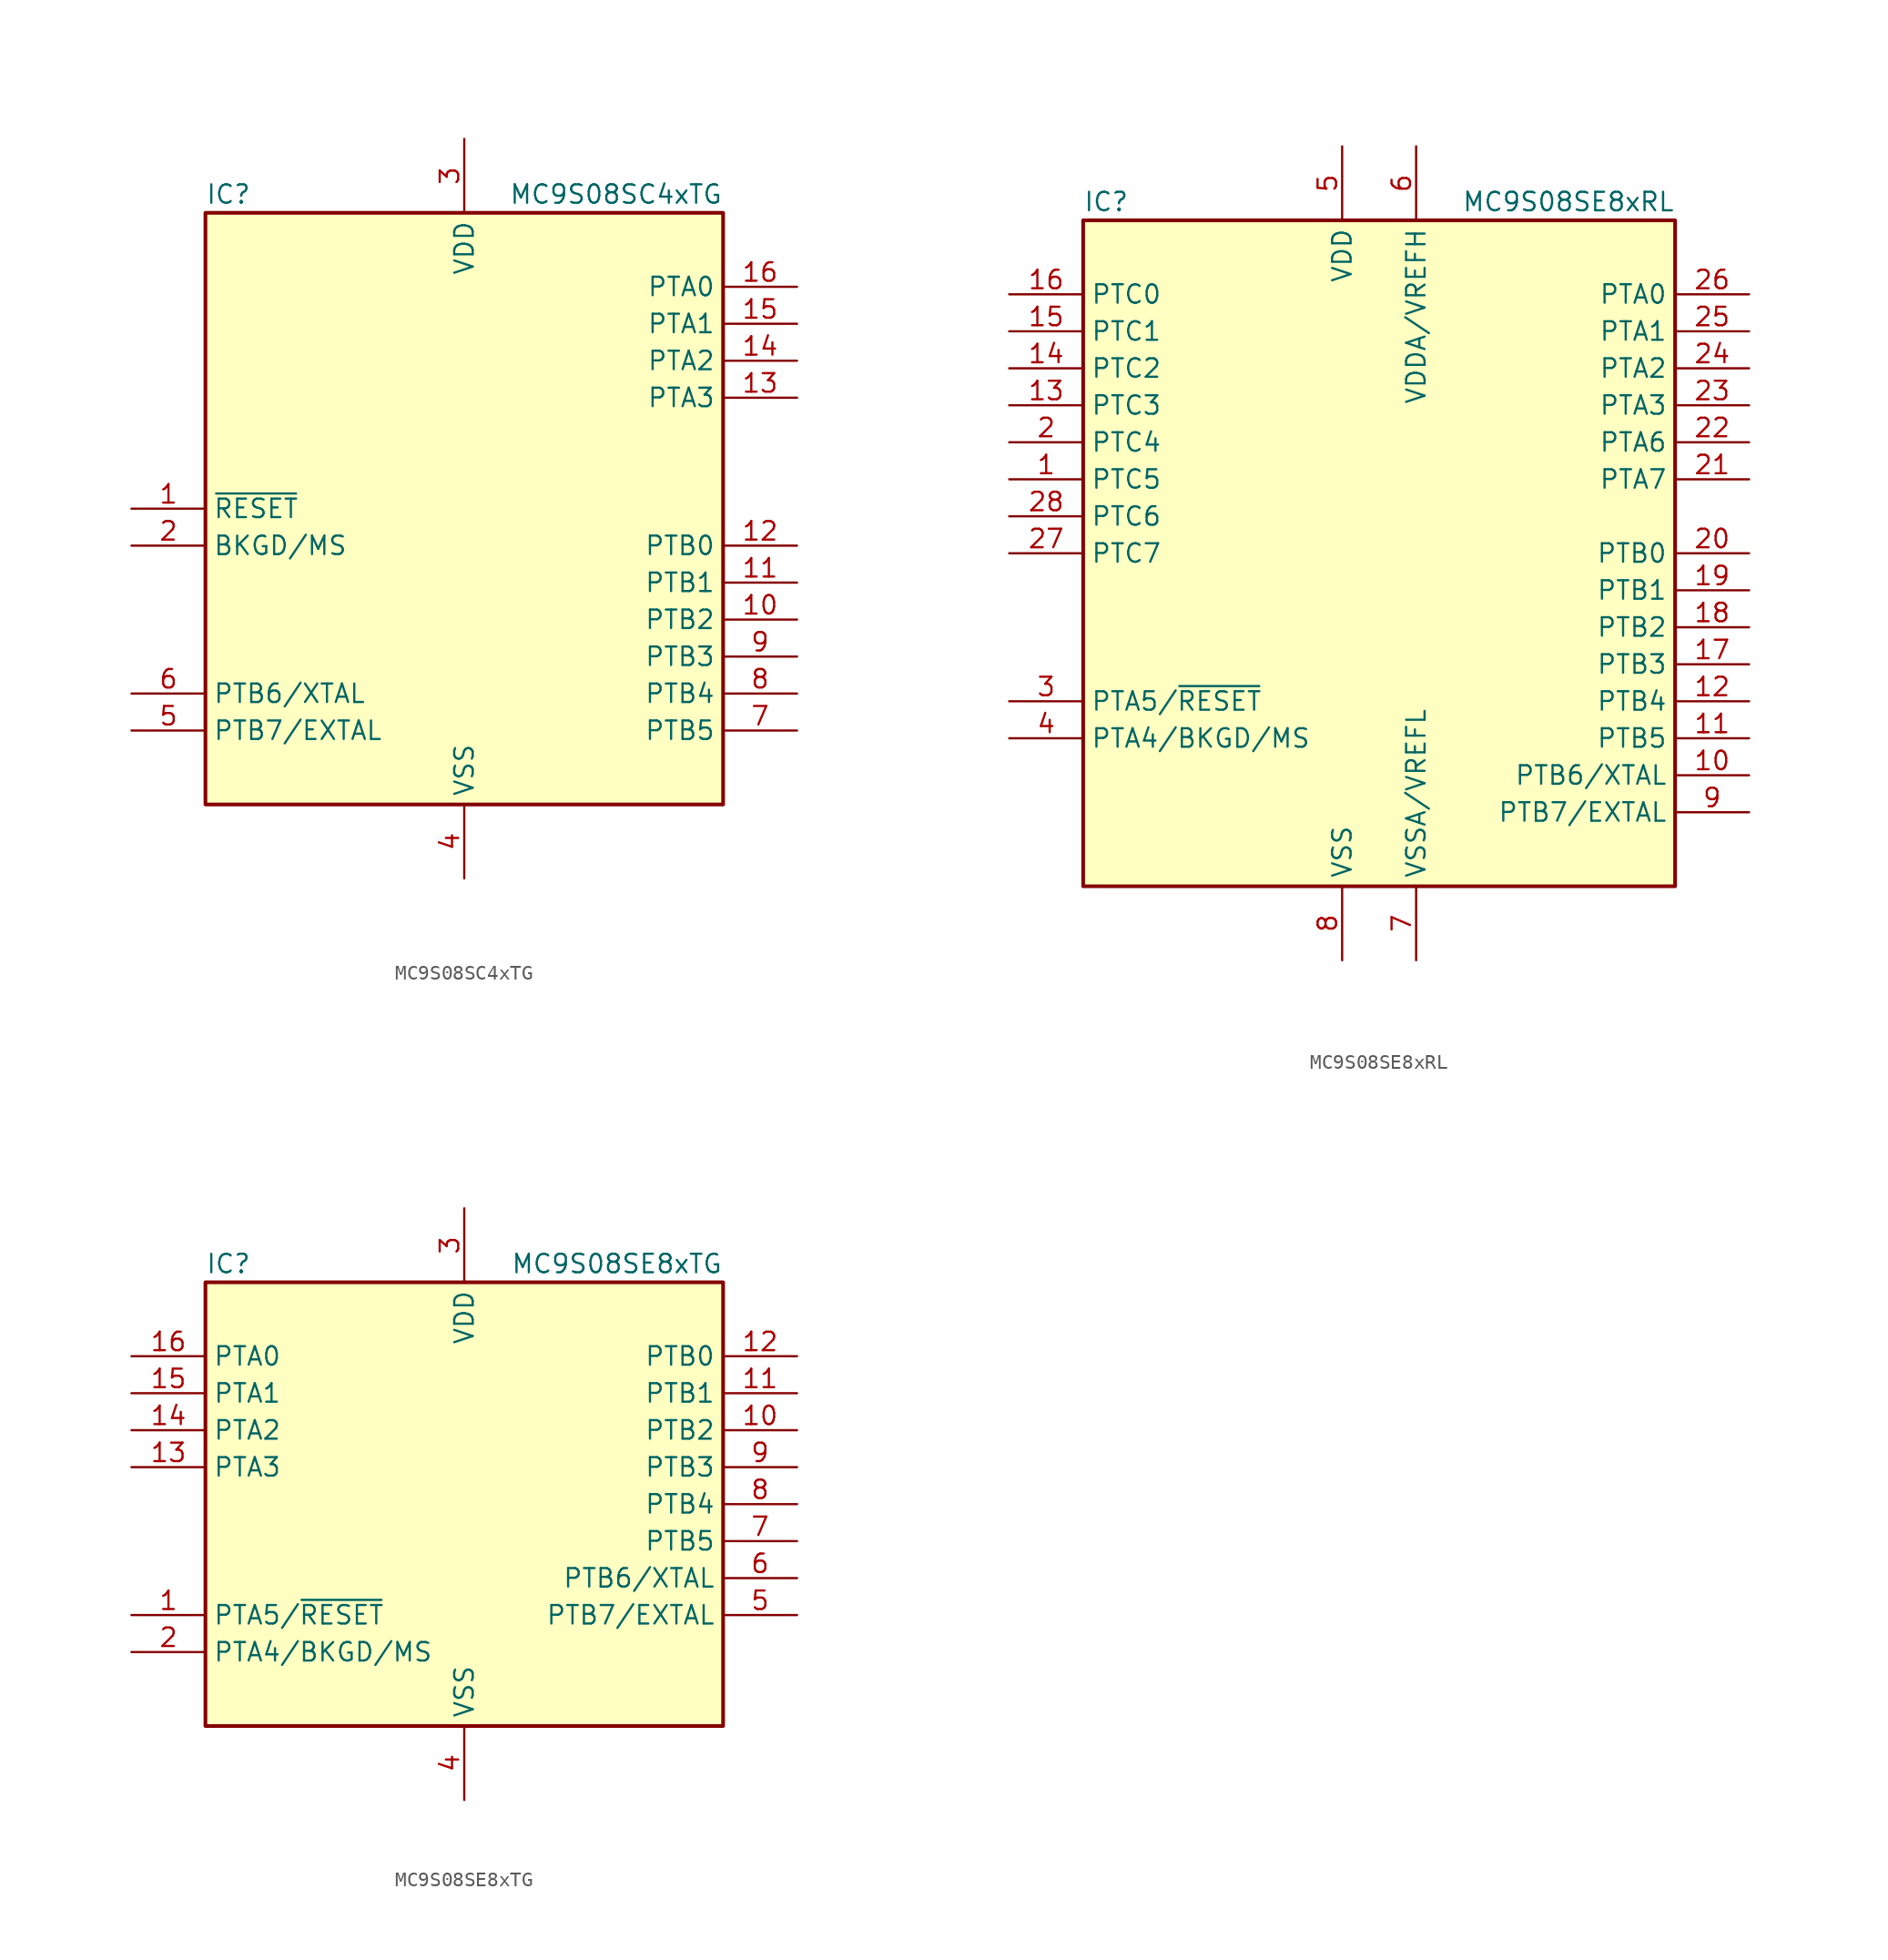
<source format=kicad_sym>
(kicad_symbol_lib
  (version 20201005)
  (generator kicad_symbol_editor)
  (symbol "MCU_NXP_S08:MC9S08SC4xTG"
    (property "Reference" "IC"
      (at -17.78 21.59 0)
      (effects (font (size 1.27 1.27)) (justify left)))
    (property "Value" "MC9S08SC4xTG"
      (at 17.78 21.59 0)
      (effects (font (size 1.27 1.27)) (justify right)))
    (symbol "MC9S08SC4xTG_0_1"
      (rectangle (start -17.78 20.32) (end 17.78 -20.32) (stroke (width 0.254)) (fill (type background))))
    (symbol "MC9S08SC4xTG_1_1"
      (pin input line (at -22.86 0 0) (length 5.08) (name "~RESET" (effects (font (size 1.27 1.27)))) (number "1" (effects (font (size 1.27 1.27)))))
      (pin bidirectional line (at 22.86 -7.62 180) (length 5.08) (name "PTB2" (effects (font (size 1.27 1.27)))) (number "10" (effects (font (size 1.27 1.27)))))
      (pin bidirectional line (at 22.86 -5.08 180) (length 5.08) (name "PTB1" (effects (font (size 1.27 1.27)))) (number "11" (effects (font (size 1.27 1.27)))))
      (pin bidirectional line (at 22.86 -2.54 180) (length 5.08) (name "PTB0" (effects (font (size 1.27 1.27)))) (number "12" (effects (font (size 1.27 1.27)))))
      (pin bidirectional line (at 22.86 7.62 180) (length 5.08) (name "PTA3" (effects (font (size 1.27 1.27)))) (number "13" (effects (font (size 1.27 1.27)))))
      (pin bidirectional line (at 22.86 10.16 180) (length 5.08) (name "PTA2" (effects (font (size 1.27 1.27)))) (number "14" (effects (font (size 1.27 1.27)))))
      (pin bidirectional line (at 22.86 12.7 180) (length 5.08) (name "PTA1" (effects (font (size 1.27 1.27)))) (number "15" (effects (font (size 1.27 1.27)))))
      (pin bidirectional line (at 22.86 15.24 180) (length 5.08) (name "PTA0" (effects (font (size 1.27 1.27)))) (number "16" (effects (font (size 1.27 1.27)))))
      (pin bidirectional line (at -22.86 -2.54 0) (length 5.08) (name "BKGD/MS" (effects (font (size 1.27 1.27)))) (number "2" (effects (font (size 1.27 1.27)))))
      (pin power_in line (at 0 25.4 270) (length 5.08) (name "VDD" (effects (font (size 1.27 1.27)))) (number "3" (effects (font (size 1.27 1.27)))))
      (pin power_in line (at 0 -25.4 90) (length 5.08) (name "VSS" (effects (font (size 1.27 1.27)))) (number "4" (effects (font (size 1.27 1.27)))))
      (pin bidirectional line (at -22.86 -15.24 0) (length 5.08) (name "PTB7/EXTAL" (effects (font (size 1.27 1.27)))) (number "5" (effects (font (size 1.27 1.27)))))
      (pin bidirectional line (at -22.86 -12.7 0) (length 5.08) (name "PTB6/XTAL" (effects (font (size 1.27 1.27)))) (number "6" (effects (font (size 1.27 1.27)))))
      (pin bidirectional line (at 22.86 -15.24 180) (length 5.08) (name "PTB5" (effects (font (size 1.27 1.27)))) (number "7" (effects (font (size 1.27 1.27)))))
      (pin bidirectional line (at 22.86 -12.7 180) (length 5.08) (name "PTB4" (effects (font (size 1.27 1.27)))) (number "8" (effects (font (size 1.27 1.27)))))
      (pin bidirectional line (at 22.86 -10.16 180) (length 5.08) (name "PTB3" (effects (font (size 1.27 1.27)))) (number "9" (effects (font (size 1.27 1.27)))))))
  (symbol "MCU_NXP_S08:MC9S08SE8xRL"
    (property "Reference" "IC"
      (at -20.32 24.13 0)
      (effects (font (size 1.27 1.27)) (justify left)))
    (property "Value" "MC9S08SE8xRL"
      (at 20.32 24.13 0)
      (effects (font (size 1.27 1.27)) (justify right)))
    (symbol "MC9S08SE8xRL_0_1"
      (rectangle (start -20.32 22.86) (end 20.32 -22.86) (stroke (width 0.254)) (fill (type background))))
    (symbol "MC9S08SE8xRL_1_1"
      (pin bidirectional line (at -25.4 5.08 0) (length 5.08) (name "PTC5" (effects (font (size 1.27 1.27)))) (number "1" (effects (font (size 1.27 1.27)))))
      (pin bidirectional line (at 25.4 -15.24 180) (length 5.08) (name "PTB6/XTAL" (effects (font (size 1.27 1.27)))) (number "10" (effects (font (size 1.27 1.27)))))
      (pin bidirectional line (at 25.4 -12.7 180) (length 5.08) (name "PTB5" (effects (font (size 1.27 1.27)))) (number "11" (effects (font (size 1.27 1.27)))))
      (pin bidirectional line (at 25.4 -10.16 180) (length 5.08) (name "PTB4" (effects (font (size 1.27 1.27)))) (number "12" (effects (font (size 1.27 1.27)))))
      (pin bidirectional line (at -25.4 10.16 0) (length 5.08) (name "PTC3" (effects (font (size 1.27 1.27)))) (number "13" (effects (font (size 1.27 1.27)))))
      (pin bidirectional line (at -25.4 12.7 0) (length 5.08) (name "PTC2" (effects (font (size 1.27 1.27)))) (number "14" (effects (font (size 1.27 1.27)))))
      (pin bidirectional line (at -25.4 15.24 0) (length 5.08) (name "PTC1" (effects (font (size 1.27 1.27)))) (number "15" (effects (font (size 1.27 1.27)))))
      (pin bidirectional line (at -25.4 17.78 0) (length 5.08) (name "PTC0" (effects (font (size 1.27 1.27)))) (number "16" (effects (font (size 1.27 1.27)))))
      (pin bidirectional line (at 25.4 -7.62 180) (length 5.08) (name "PTB3" (effects (font (size 1.27 1.27)))) (number "17" (effects (font (size 1.27 1.27)))))
      (pin bidirectional line (at 25.4 -5.08 180) (length 5.08) (name "PTB2" (effects (font (size 1.27 1.27)))) (number "18" (effects (font (size 1.27 1.27)))))
      (pin bidirectional line (at 25.4 -2.54 180) (length 5.08) (name "PTB1" (effects (font (size 1.27 1.27)))) (number "19" (effects (font (size 1.27 1.27)))))
      (pin bidirectional line (at -25.4 7.62 0) (length 5.08) (name "PTC4" (effects (font (size 1.27 1.27)))) (number "2" (effects (font (size 1.27 1.27)))))
      (pin bidirectional line (at 25.4 0 180) (length 5.08) (name "PTB0" (effects (font (size 1.27 1.27)))) (number "20" (effects (font (size 1.27 1.27)))))
      (pin bidirectional line (at 25.4 5.08 180) (length 5.08) (name "PTA7" (effects (font (size 1.27 1.27)))) (number "21" (effects (font (size 1.27 1.27)))))
      (pin bidirectional line (at 25.4 7.62 180) (length 5.08) (name "PTA6" (effects (font (size 1.27 1.27)))) (number "22" (effects (font (size 1.27 1.27)))))
      (pin bidirectional line (at 25.4 10.16 180) (length 5.08) (name "PTA3" (effects (font (size 1.27 1.27)))) (number "23" (effects (font (size 1.27 1.27)))))
      (pin bidirectional line (at 25.4 12.7 180) (length 5.08) (name "PTA2" (effects (font (size 1.27 1.27)))) (number "24" (effects (font (size 1.27 1.27)))))
      (pin bidirectional line (at 25.4 15.24 180) (length 5.08) (name "PTA1" (effects (font (size 1.27 1.27)))) (number "25" (effects (font (size 1.27 1.27)))))
      (pin bidirectional line (at 25.4 17.78 180) (length 5.08) (name "PTA0" (effects (font (size 1.27 1.27)))) (number "26" (effects (font (size 1.27 1.27)))))
      (pin bidirectional line (at -25.4 0 0) (length 5.08) (name "PTC7" (effects (font (size 1.27 1.27)))) (number "27" (effects (font (size 1.27 1.27)))))
      (pin bidirectional line (at -25.4 2.54 0) (length 5.08) (name "PTC6" (effects (font (size 1.27 1.27)))) (number "28" (effects (font (size 1.27 1.27)))))
      (pin bidirectional line (at -25.4 -10.16 0) (length 5.08) (name "PTA5/~RESET" (effects (font (size 1.27 1.27)))) (number "3" (effects (font (size 1.27 1.27)))))
      (pin bidirectional line (at -25.4 -12.7 0) (length 5.08) (name "PTA4/BKGD/MS" (effects (font (size 1.27 1.27)))) (number "4" (effects (font (size 1.27 1.27)))))
      (pin power_in line (at -2.54 27.94 270) (length 5.08) (name "VDD" (effects (font (size 1.27 1.27)))) (number "5" (effects (font (size 1.27 1.27)))))
      (pin power_in line (at 2.54 27.94 270) (length 5.08) (name "VDDA/VREFH" (effects (font (size 1.27 1.27)))) (number "6" (effects (font (size 1.27 1.27)))))
      (pin power_in line (at 2.54 -27.94 90) (length 5.08) (name "VSSA/VREFL" (effects (font (size 1.27 1.27)))) (number "7" (effects (font (size 1.27 1.27)))))
      (pin power_in line (at -2.54 -27.94 90) (length 5.08) (name "VSS" (effects (font (size 1.27 1.27)))) (number "8" (effects (font (size 1.27 1.27)))))
      (pin bidirectional line (at 25.4 -17.78 180) (length 5.08) (name "PTB7/EXTAL" (effects (font (size 1.27 1.27)))) (number "9" (effects (font (size 1.27 1.27)))))))
  (symbol "MCU_NXP_S08:MC9S08SE8xTG"
    (property "Reference" "IC"
      (at -17.78 16.51 0)
      (effects (font (size 1.27 1.27)) (justify left)))
    (property "Value" "MC9S08SE8xTG"
      (at 17.78 16.51 0)
      (effects (font (size 1.27 1.27)) (justify right)))
    (symbol "MC9S08SE8xTG_0_1"
      (rectangle (start -17.78 15.24) (end 17.78 -15.24) (stroke (width 0.254)) (fill (type background))))
    (symbol "MC9S08SE8xTG_1_1"
      (pin bidirectional line (at -22.86 -7.62 0) (length 5.08) (name "PTA5/~RESET" (effects (font (size 1.27 1.27)))) (number "1" (effects (font (size 1.27 1.27)))))
      (pin bidirectional line (at 22.86 5.08 180) (length 5.08) (name "PTB2" (effects (font (size 1.27 1.27)))) (number "10" (effects (font (size 1.27 1.27)))))
      (pin bidirectional line (at 22.86 7.62 180) (length 5.08) (name "PTB1" (effects (font (size 1.27 1.27)))) (number "11" (effects (font (size 1.27 1.27)))))
      (pin bidirectional line (at 22.86 10.16 180) (length 5.08) (name "PTB0" (effects (font (size 1.27 1.27)))) (number "12" (effects (font (size 1.27 1.27)))))
      (pin bidirectional line (at -22.86 2.54 0) (length 5.08) (name "PTA3" (effects (font (size 1.27 1.27)))) (number "13" (effects (font (size 1.27 1.27)))))
      (pin bidirectional line (at -22.86 5.08 0) (length 5.08) (name "PTA2" (effects (font (size 1.27 1.27)))) (number "14" (effects (font (size 1.27 1.27)))))
      (pin bidirectional line (at -22.86 7.62 0) (length 5.08) (name "PTA1" (effects (font (size 1.27 1.27)))) (number "15" (effects (font (size 1.27 1.27)))))
      (pin bidirectional line (at -22.86 10.16 0) (length 5.08) (name "PTA0" (effects (font (size 1.27 1.27)))) (number "16" (effects (font (size 1.27 1.27)))))
      (pin bidirectional line (at -22.86 -10.16 0) (length 5.08) (name "PTA4/BKGD/MS" (effects (font (size 1.27 1.27)))) (number "2" (effects (font (size 1.27 1.27)))))
      (pin power_in line (at 0 20.32 270) (length 5.08) (name "VDD" (effects (font (size 1.27 1.27)))) (number "3" (effects (font (size 1.27 1.27)))))
      (pin power_in line (at 0 -20.32 90) (length 5.08) (name "VSS" (effects (font (size 1.27 1.27)))) (number "4" (effects (font (size 1.27 1.27)))))
      (pin bidirectional line (at 22.86 -7.62 180) (length 5.08) (name "PTB7/EXTAL" (effects (font (size 1.27 1.27)))) (number "5" (effects (font (size 1.27 1.27)))))
      (pin bidirectional line (at 22.86 -5.08 180) (length 5.08) (name "PTB6/XTAL" (effects (font (size 1.27 1.27)))) (number "6" (effects (font (size 1.27 1.27)))))
      (pin bidirectional line (at 22.86 -2.54 180) (length 5.08) (name "PTB5" (effects (font (size 1.27 1.27)))) (number "7" (effects (font (size 1.27 1.27)))))
      (pin bidirectional line (at 22.86 0 180) (length 5.08) (name "PTB4" (effects (font (size 1.27 1.27)))) (number "8" (effects (font (size 1.27 1.27)))))
      (pin bidirectional line (at 22.86 2.54 180) (length 5.08) (name "PTB3" (effects (font (size 1.27 1.27)))) (number "9" (effects (font (size 1.27 1.27))))))))
</source>
